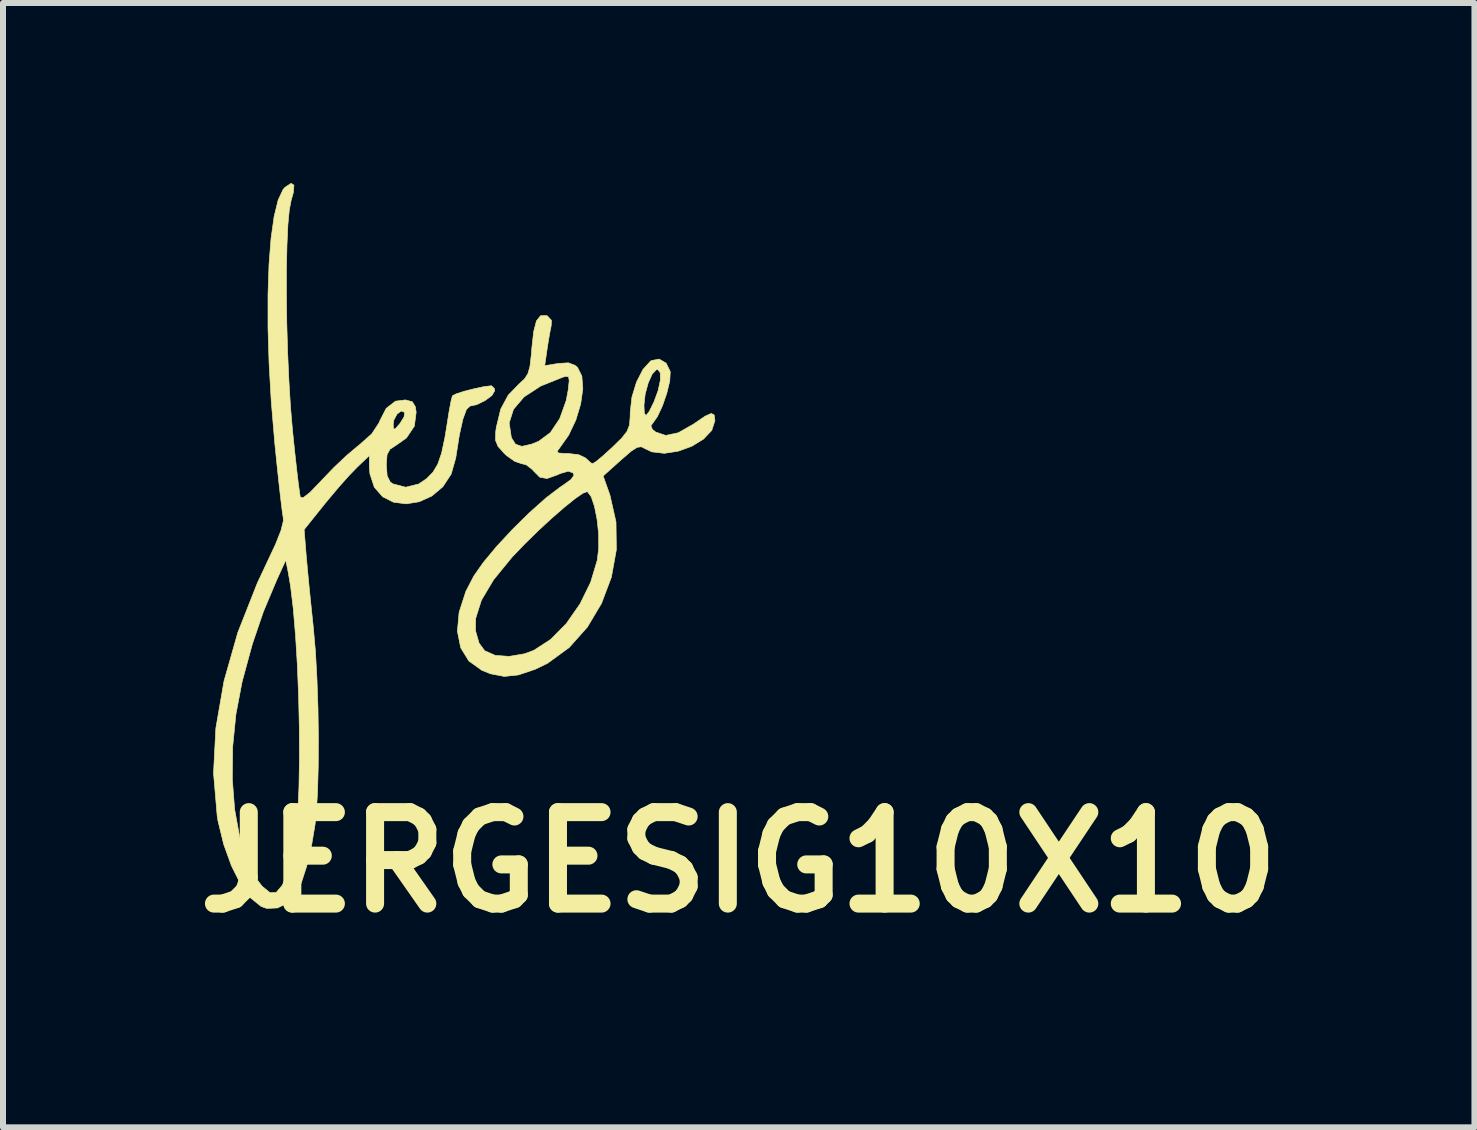
<source format=kicad_pcb>
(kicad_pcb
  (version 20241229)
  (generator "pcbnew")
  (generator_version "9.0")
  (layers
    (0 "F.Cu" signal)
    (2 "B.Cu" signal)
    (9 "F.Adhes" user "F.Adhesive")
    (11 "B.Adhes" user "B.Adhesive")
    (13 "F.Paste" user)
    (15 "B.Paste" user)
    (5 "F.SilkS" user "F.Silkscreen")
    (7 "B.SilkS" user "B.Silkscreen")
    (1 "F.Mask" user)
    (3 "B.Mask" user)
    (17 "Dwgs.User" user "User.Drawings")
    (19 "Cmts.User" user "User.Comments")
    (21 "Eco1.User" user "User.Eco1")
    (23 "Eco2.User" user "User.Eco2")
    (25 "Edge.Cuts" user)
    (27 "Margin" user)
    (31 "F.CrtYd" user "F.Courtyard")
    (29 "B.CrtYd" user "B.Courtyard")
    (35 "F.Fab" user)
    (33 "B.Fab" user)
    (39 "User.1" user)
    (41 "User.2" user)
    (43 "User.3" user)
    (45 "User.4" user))
  (footprint "JERGESIG10X10"
    (layer "F.Cu")
    (at 4.46 5.918)
    (property "Reference" "JERGESIG10X10" (at 4.8 5.4 0) (layer "F.SilkS") (effects (font (size 1.524 1.524) (thickness 0.3))))
    (attr through_hole)
    (fp_poly (pts (xy -2.612 -5.883) (xy -2.621 -5.76) (xy -2.658 -5.631) (xy -2.689 -5.471) (xy -2.713 -5.216) (xy -2.728 -4.882) (xy -2.737 -4.487) (xy -2.737 -4.048) (xy -2.731 -3.58) (xy -2.717 -3.102) (xy -2.696 -2.631) (xy -2.669 -2.183) (xy -2.634 -1.776) (xy -2.631 -1.75) (xy -2.597 -1.423) (xy -2.565 -1.133) (xy -2.537 -0.899) (xy -2.515 -0.74) (xy -2.505 -0.681) (xy -2.457 -0.675) (xy -2.345 -0.762) (xy -2.17 -0.942) (xy -2.142 -0.973) (xy -1.948 -1.175) (xy -1.74 -1.372) (xy -1.557 -1.527) (xy -1.527 -1.55) (xy -1.316 -1.737) (xy -1.21 -1.898) (xy -0.958 -1.898) (xy -0.952 -1.82) (xy -0.922 -1.823) (xy -0.845 -1.911) (xy -0.777 -2.02) (xy -0.767 -2.097) (xy -0.767 -2.097) (xy -0.826 -2.119) (xy -0.895 -2.066) (xy -0.947 -1.968) (xy -0.958 -1.898) (xy -1.21 -1.898) (xy -1.195 -1.92) (xy -1.187 -1.943) (xy -1.075 -2.162) (xy -0.92 -2.283) (xy -0.753 -2.304) (xy -0.639 -2.273) (xy -0.588 -2.19) (xy -0.575 -2.099) (xy -0.605 -1.867) (xy -0.737 -1.67) (xy -0.904 -1.552) (xy -1.011 -1.482) (xy -1.06 -1.392) (xy -1.072 -1.238) (xy -1.072 -1.214) (xy -1.058 -1.036) (xy -1.007 -0.936) (xy -0.963 -0.905) (xy -0.749 -0.849) (xy -0.532 -0.903) (xy -0.403 -0.99) (xy -0.296 -1.098) (xy -0.215 -1.233) (xy -0.152 -1.416) (xy -0.097 -1.672) (xy -0.058 -1.913) (xy -0.025 -2.121) (xy 0.006 -2.284) (xy 0.028 -2.37) (xy 0.031 -2.374) (xy 0.094 -2.406) (xy 0.229 -2.449) (xy 0.398 -2.492) (xy 0.56 -2.526) (xy 0.677 -2.54) (xy 0.68 -2.54) (xy 0.728 -2.494) (xy 0.734 -2.457) (xy 0.687 -2.378) (xy 0.573 -2.293) (xy 0.434 -2.225) (xy 0.322 -2.201) (xy 0.263 -2.146) (xy 0.203 -1.982) (xy 0.144 -1.716) (xy 0.087 -1.352) (xy 0.084 -1.334) (xy 0.008 -1.067) (xy -0.131 -0.856) (xy -0.314 -0.702) (xy -0.524 -0.607) (xy -0.742 -0.572) (xy -0.952 -0.599) (xy -1.134 -0.691) (xy -1.272 -0.848) (xy -1.346 -1.073) (xy -1.355 -1.194) (xy -1.355 -1.377) (xy -1.559 -1.182) (xy -1.689 -1.048) (xy -1.858 -0.859) (xy -2.037 -0.646) (xy -2.103 -0.566) (xy -2.442 -0.143) (xy -2.408 0.281) (xy -2.388 0.502) (xy -2.36 0.798) (xy -2.326 1.132) (xy -2.291 1.466) (xy -2.288 1.496) (xy -2.253 1.894) (xy -2.228 2.35) (xy -2.211 2.839) (xy -2.204 3.334) (xy -2.207 3.811) (xy -2.219 4.242) (xy -2.242 4.603) (xy -2.261 4.78) (xy -2.321 5.136) (xy -2.398 5.462) (xy -2.487 5.737) (xy -2.58 5.942) (xy -2.671 6.056) (xy -2.674 6.058) (xy -2.885 6.162) (xy -3.065 6.17) (xy -3.158 6.137) (xy -3.332 5.997) (xy -3.5 5.765) (xy -3.653 5.46) (xy -3.782 5.103) (xy -3.877 4.714) (xy -3.891 4.628) (xy -3.943 4.014) (xy -3.639 4.014) (xy -3.6 4.52) (xy -3.516 4.981) (xy -3.39 5.378) (xy -3.224 5.694) (xy -3.142 5.8) (xy -3.014 5.906) (xy -2.909 5.905) (xy -2.813 5.793) (xy -2.795 5.76) (xy -2.739 5.62) (xy -2.676 5.414) (xy -2.617 5.185) (xy -2.616 5.181) (xy -2.576 4.922) (xy -2.547 4.571) (xy -2.528 4.147) (xy -2.52 3.669) (xy -2.522 3.158) (xy -2.534 2.634) (xy -2.555 2.115) (xy -2.585 1.623) (xy -2.623 1.175) (xy -2.669 0.793) (xy -2.708 0.564) (xy -2.748 0.367) (xy -2.903 0.706) (xy -3.122 1.228) (xy -3.305 1.765) (xy -3.468 2.365) (xy -3.477 2.4) (xy -3.579 2.936) (xy -3.633 3.48) (xy -3.639 4.014) (xy -3.943 4.014) (xy -3.952 3.918) (xy -3.913 3.166) (xy -3.777 2.381) (xy -3.547 1.572) (xy -3.222 0.749) (xy -3.067 0.418) (xy -2.918 0.101) (xy -2.827 -0.13) (xy -2.789 -0.284) (xy -2.791 -0.344) (xy -2.806 -0.44) (xy -2.829 -0.629) (xy -2.859 -0.892) (xy -2.893 -1.209) (xy -2.929 -1.562) (xy -2.935 -1.63) (xy -2.99 -2.281) (xy -3.026 -2.911) (xy -3.044 -3.508) (xy -3.044 -4.063) (xy -3.027 -4.563) (xy -2.993 -4.999) (xy -2.942 -5.36) (xy -2.875 -5.634) (xy -2.793 -5.81) (xy -2.76 -5.847) (xy -2.659 -5.913) (xy -2.612 -5.883)) (stroke (width 0.01) (type solid)) (fill yes) (layer "F.SilkS"))
    (fp_poly (pts (xy 1.611 -3.704) (xy 1.68 -3.629) (xy 1.675 -3.541) (xy 1.649 -3.409) (xy 1.618 -3.224) (xy 1.606 -3.145) (xy 1.567 -2.875) (xy 1.79 -2.911) (xy 1.962 -2.922) (xy 2.076 -2.878) (xy 2.114 -2.845) (xy 2.186 -2.7) (xy 2.202 -2.488) (xy 2.166 -2.235) (xy 2.086 -1.969) (xy 1.966 -1.716) (xy 1.82 -1.51) (xy 1.774 -1.447) (xy 1.797 -1.419) (xy 1.909 -1.411) (xy 1.96 -1.411) (xy 2.136 -1.39) (xy 2.251 -1.334) (xy 2.258 -1.326) (xy 2.334 -1.256) (xy 2.367 -1.242) (xy 2.425 -1.278) (xy 2.539 -1.373) (xy 2.686 -1.507) (xy 2.699 -1.519) (xy 2.852 -1.669) (xy 2.939 -1.78) (xy 2.98 -1.886) (xy 2.991 -2.026) (xy 2.992 -2.1) (xy 3.005 -2.215) (xy 3.221 -2.215) (xy 3.227 -2.078) (xy 3.256 -2.045) (xy 3.311 -2.115) (xy 3.388 -2.272) (xy 3.458 -2.462) (xy 3.494 -2.632) (xy 3.492 -2.757) (xy 3.452 -2.811) (xy 3.429 -2.809) (xy 3.359 -2.736) (xy 3.292 -2.588) (xy 3.241 -2.401) (xy 3.221 -2.215) (xy 3.005 -2.215) (xy 3.02 -2.35) (xy 3.096 -2.599) (xy 3.204 -2.811) (xy 3.331 -2.951) (xy 3.344 -2.959) (xy 3.475 -2.984) (xy 3.59 -2.917) (xy 3.657 -2.781) (xy 3.659 -2.769) (xy 3.651 -2.62) (xy 3.602 -2.418) (xy 3.529 -2.205) (xy 3.446 -2.028) (xy 3.396 -1.956) (xy 3.336 -1.872) (xy 3.362 -1.812) (xy 3.416 -1.769) (xy 3.582 -1.712) (xy 3.792 -1.756) (xy 4.047 -1.901) (xy 4.07 -1.917) (xy 4.24 -2.033) (xy 4.341 -2.078) (xy 4.39 -2.055) (xy 4.403 -1.964) (xy 4.403 -1.957) (xy 4.351 -1.797) (xy 4.213 -1.651) (xy 4.017 -1.531) (xy 3.79 -1.449) (xy 3.56 -1.414) (xy 3.352 -1.438) (xy 3.244 -1.489) (xy 3.178 -1.523) (xy 3.108 -1.514) (xy 3.011 -1.452) (xy 2.862 -1.324) (xy 2.837 -1.302) (xy 2.541 -1.036) (xy 2.654 -0.717) (xy 2.755 -0.27) (xy 2.761 0.192) (xy 2.678 0.65) (xy 2.514 1.086) (xy 2.278 1.482) (xy 1.976 1.821) (xy 1.616 2.084) (xy 1.413 2.183) (xy 1.129 2.279) (xy 0.893 2.304) (xy 0.664 2.26) (xy 0.52 2.202) (xy 0.303 2.047) (xy 0.167 1.826) (xy 0.112 1.55) (xy 0.113 1.539) (xy 0.413 1.539) (xy 0.473 1.749) (xy 0.567 1.876) (xy 0.742 1.953) (xy 0.975 1.97) (xy 1.233 1.926) (xy 1.384 1.87) (xy 1.664 1.689) (xy 1.927 1.423) (xy 2.155 1.096) (xy 2.332 0.736) (xy 2.442 0.37) (xy 2.467 0.169) (xy 2.466 -0.069) (xy 2.44 -0.31) (xy 2.397 -0.527) (xy 2.342 -0.691) (xy 2.28 -0.773) (xy 2.274 -0.775) (xy 2.203 -0.749) (xy 2.069 -0.656) (xy 1.888 -0.51) (xy 1.677 -0.326) (xy 1.452 -0.118) (xy 1.229 0.101) (xy 1.024 0.315) (xy 1.023 0.316) (xy 0.715 0.693) (xy 0.512 1.034) (xy 0.416 1.338) (xy 0.413 1.539) (xy 0.113 1.539) (xy 0.141 1.233) (xy 0.253 0.887) (xy 0.385 0.632) (xy 0.543 0.406) (xy 0.766 0.138) (xy 1.031 -0.147) (xy 1.311 -0.423) (xy 1.582 -0.665) (xy 1.82 -0.847) (xy 1.861 -0.874) (xy 2.005 -0.977) (xy 2.055 -1.049) (xy 2.039 -1.088) (xy 1.96 -1.116) (xy 1.825 -1.077) (xy 1.775 -1.054) (xy 1.606 -0.994) (xy 1.485 -1.016) (xy 1.375 -1.126) (xy 1.366 -1.14) (xy 1.258 -1.223) (xy 1.178 -1.242) (xy 1.068 -1.28) (xy 0.933 -1.375) (xy 0.893 -1.413) (xy 0.789 -1.529) (xy 0.747 -1.631) (xy 0.75 -1.771) (xy 0.761 -1.85) (xy 0.779 -1.922) (xy 0.975 -1.922) (xy 1.01 -1.682) (xy 1.012 -1.675) (xy 1.08 -1.566) (xy 1.184 -1.53) (xy 1.346 -1.566) (xy 1.469 -1.616) (xy 1.661 -1.759) (xy 1.817 -1.991) (xy 1.925 -2.293) (xy 1.958 -2.467) (xy 1.975 -2.622) (xy 1.965 -2.69) (xy 1.915 -2.696) (xy 1.866 -2.682) (xy 1.498 -2.534) (xy 1.223 -2.354) (xy 1.047 -2.148) (xy 0.975 -1.922) (xy 0.779 -1.922) (xy 0.834 -2.151) (xy 0.959 -2.383) (xy 1.137 -2.567) (xy 1.23 -2.653) (xy 1.287 -2.741) (xy 1.321 -2.862) (xy 1.343 -3.05) (xy 1.352 -3.164) (xy 1.383 -3.443) (xy 1.429 -3.62) (xy 1.497 -3.706) (xy 1.592 -3.711) (xy 1.611 -3.704)) (stroke (width 0.01) (type solid)) (fill yes) (layer "F.SilkS")))
  (gr_rect
    (start -3 -3)
    (end 21.52 15.736)
    (stroke (width 0.1) (type default))
    (fill no)
    (layer "Edge.Cuts")))
</source>
